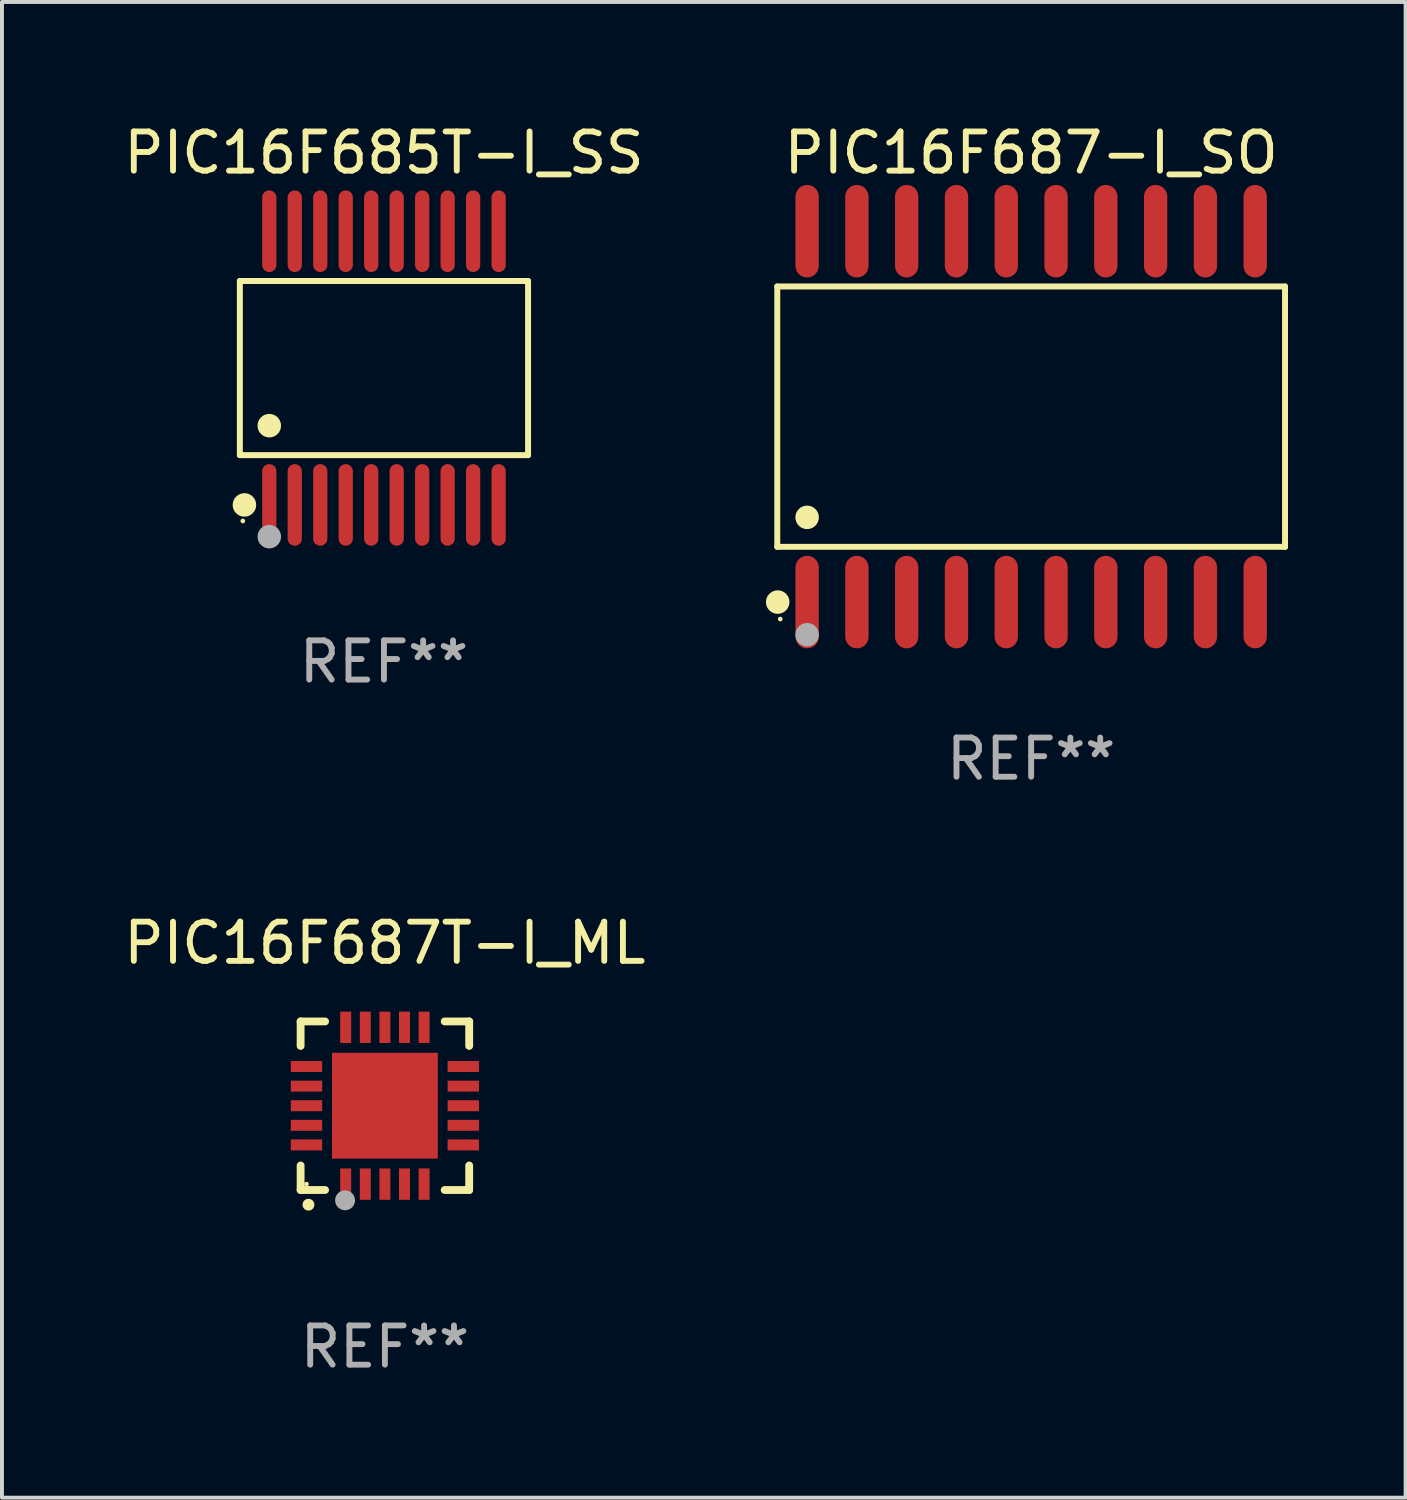
<source format=kicad_pcb>
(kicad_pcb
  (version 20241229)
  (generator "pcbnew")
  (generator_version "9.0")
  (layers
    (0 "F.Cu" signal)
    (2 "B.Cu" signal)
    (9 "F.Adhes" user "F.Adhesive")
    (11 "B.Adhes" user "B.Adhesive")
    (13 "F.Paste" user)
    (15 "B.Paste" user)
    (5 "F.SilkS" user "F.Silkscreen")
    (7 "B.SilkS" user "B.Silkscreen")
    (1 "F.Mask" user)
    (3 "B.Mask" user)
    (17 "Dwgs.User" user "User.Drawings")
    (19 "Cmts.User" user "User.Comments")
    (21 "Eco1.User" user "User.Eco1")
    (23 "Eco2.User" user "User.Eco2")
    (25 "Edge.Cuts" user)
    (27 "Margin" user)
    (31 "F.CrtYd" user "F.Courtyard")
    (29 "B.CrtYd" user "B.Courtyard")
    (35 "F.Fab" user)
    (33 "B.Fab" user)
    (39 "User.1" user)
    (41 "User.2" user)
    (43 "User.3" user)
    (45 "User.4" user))
  (footprint "PIC16F687T-I_ML"
    (layer "F.Cu")
    (at 6.768 25.155)
    (property "Reference" "PIC16F687T-I_ML" (at 0 -4.15 0) (layer "F.SilkS") (effects (font (size 1 1) (thickness 0.15))))
    (attr through_hole)
    (fp_line (start -2.15 -2.15) (end -2.15 -1.525) (stroke (width 0.2) (type solid)) (layer "F.SilkS"))
    (fp_line (start -2.15 2.15) (end -2.15 1.525) (stroke (width 0.2) (type solid)) (layer "F.SilkS"))
    (fp_line (start -1.525 -2.15) (end -2.15 -2.15) (stroke (width 0.2) (type solid)) (layer "F.SilkS"))
    (fp_line (start -1.525 2.15) (end -2.15 2.15) (stroke (width 0.2) (type solid)) (layer "F.SilkS"))
    (fp_line (start 1.525 2.15) (end 2.15 2.15) (stroke (width 0.2) (type solid)) (layer "F.SilkS"))
    (fp_line (start 2.15 -2.15) (end 1.525 -2.15) (stroke (width 0.2) (type solid)) (layer "F.SilkS"))
    (fp_line (start 2.15 -1.525) (end 2.15 -2.15) (stroke (width 0.2) (type solid)) (layer "F.SilkS"))
    (fp_line (start 2.15 2.15) (end 2.15 1.525) (stroke (width 0.2) (type solid)) (layer "F.SilkS"))
    (fp_arc (start -1.950724 2.524765) (mid -1.949454 2.52476) (end -1.948184 2.524765) (stroke (width 0.3) (type solid)) (layer "F.SilkS"))
    (fp_circle (center -2 2) (end -1.97 2) (stroke (width 0.06) (type solid)) (fill no) (layer "F.SilkS"))
    (fp_circle (center -1.016 2.413) (end -0.889 2.413) (stroke (width 0.254) (type solid)) (fill no) (layer "F.Fab"))
    (fp_text user "REF**" (at 0 6.15 0) (layer "F.Fab") (effects (font (size 1 1) (thickness 0.15))))
    (pad "1" smd rect (at -1 2) (size 0.28 0.8) (layers "F.Cu" "F.Mask" "F.Paste"))
    (pad "2" smd rect (at -0.5 2) (size 0.28 0.8) (layers "F.Cu" "F.Mask" "F.Paste"))
    (pad "3" smd rect (at 0 2) (size 0.28 0.8) (layers "F.Cu" "F.Mask" "F.Paste"))
    (pad "4" smd rect (at 0.5 2) (size 0.28 0.8) (layers "F.Cu" "F.Mask" "F.Paste"))
    (pad "5" smd rect (at 1 2) (size 0.28 0.8) (layers "F.Cu" "F.Mask" "F.Paste"))
    (pad "6" smd rect (at 2 1) (size 0.8 0.28) (layers "F.Cu" "F.Mask" "F.Paste"))
    (pad "7" smd rect (at 2 0.5) (size 0.8 0.28) (layers "F.Cu" "F.Mask" "F.Paste"))
    (pad "8" smd rect (at 2 0) (size 0.8 0.28) (layers "F.Cu" "F.Mask" "F.Paste"))
    (pad "9" smd rect (at 2 -0.5) (size 0.8 0.28) (layers "F.Cu" "F.Mask" "F.Paste"))
    (pad "10" smd rect (at 2 -1) (size 0.8 0.28) (layers "F.Cu" "F.Mask" "F.Paste"))
    (pad "11" smd rect (at 1 -2) (size 0.28 0.8) (layers "F.Cu" "F.Mask" "F.Paste"))
    (pad "12" smd rect (at 0.5 -2) (size 0.28 0.8) (layers "F.Cu" "F.Mask" "F.Paste"))
    (pad "13" smd rect (at 0 -2) (size 0.28 0.8) (layers "F.Cu" "F.Mask" "F.Paste"))
    (pad "14" smd rect (at -0.5 -2) (size 0.28 0.8) (layers "F.Cu" "F.Mask" "F.Paste"))
    (pad "15" smd rect (at -1 -2) (size 0.28 0.8) (layers "F.Cu" "F.Mask" "F.Paste"))
    (pad "16" smd rect (at -2 -1) (size 0.8 0.28) (layers "F.Cu" "F.Mask" "F.Paste"))
    (pad "17" smd rect (at -2 -0.5) (size 0.8 0.28) (layers "F.Cu" "F.Mask" "F.Paste"))
    (pad "18" smd rect (at -2 0) (size 0.8 0.28) (layers "F.Cu" "F.Mask" "F.Paste"))
    (pad "19" smd rect (at -2 0.5) (size 0.8 0.28) (layers "F.Cu" "F.Mask" "F.Paste"))
    (pad "20" smd rect (at -2 1) (size 0.8 0.28) (layers "F.Cu" "F.Mask" "F.Paste"))
    (pad "21" smd rect (at 0 0) (size 2.7 2.7) (layers "F.Cu" "F.Mask" "F.Paste")))
  (footprint "PIC16F685T-I_SS"
    (layer "F.Cu")
    (at 6.744 6.339)
    (property "Reference" "PIC16F685T-I_SS" (at 0 -5.491 0) (layer "F.SilkS") (effects (font (size 1 1) (thickness 0.15))))
    (attr through_hole)
    (fp_line (start -3.676 -2.221) (end 3.676 -2.221) (stroke (width 0.152) (type solid)) (layer "F.SilkS"))
    (fp_line (start -3.676 2.221) (end -3.676 -2.221) (stroke (width 0.152) (type solid)) (layer "F.SilkS"))
    (fp_line (start 3.676 -2.221) (end 3.676 2.221) (stroke (width 0.152) (type solid)) (layer "F.SilkS"))
    (fp_line (start 3.676 2.221) (end -3.676 2.221) (stroke (width 0.152) (type solid)) (layer "F.SilkS"))
    (fp_circle (center -3.6 3.9) (end -3.57 3.9) (stroke (width 0.06) (type solid)) (fill no) (layer "F.SilkS"))
    (fp_circle (center -3.559 3.491) (end -3.409 3.491) (stroke (width 0.3) (type solid)) (fill no) (layer "F.SilkS"))
    (fp_circle (center -2.925 1.469) (end -2.775 1.469) (stroke (width 0.3) (type solid)) (fill no) (layer "F.SilkS"))
    (fp_circle (center -2.925 4.3) (end -2.775 4.3) (stroke (width 0.3) (type solid)) (fill no) (layer "F.Fab"))
    (fp_text user "REF**" (at 0 7.491 0) (layer "F.Fab") (effects (font (size 1 1) (thickness 0.15))))
    (pad "1" smd oval (at -2.925 3.491) (size 0.364 2.082) (layers "F.Cu" "F.Mask" "F.Paste"))
    (pad "2" smd oval (at -2.275 3.491) (size 0.364 2.082) (layers "F.Cu" "F.Mask" "F.Paste"))
    (pad "3" smd oval (at -1.625 3.491) (size 0.364 2.082) (layers "F.Cu" "F.Mask" "F.Paste"))
    (pad "4" smd oval (at -0.975 3.491) (size 0.364 2.082) (layers "F.Cu" "F.Mask" "F.Paste"))
    (pad "5" smd oval (at -0.325 3.491) (size 0.364 2.082) (layers "F.Cu" "F.Mask" "F.Paste"))
    (pad "6" smd oval (at 0.325 3.491) (size 0.364 2.082) (layers "F.Cu" "F.Mask" "F.Paste"))
    (pad "7" smd oval (at 0.975 3.491) (size 0.364 2.082) (layers "F.Cu" "F.Mask" "F.Paste"))
    (pad "8" smd oval (at 1.625 3.491) (size 0.364 2.082) (layers "F.Cu" "F.Mask" "F.Paste"))
    (pad "9" smd oval (at 2.275 3.491) (size 0.364 2.082) (layers "F.Cu" "F.Mask" "F.Paste"))
    (pad "10" smd oval (at 2.925 3.491) (size 0.364 2.082) (layers "F.Cu" "F.Mask" "F.Paste"))
    (pad "11" smd oval (at 2.925 -3.491) (size 0.364 2.082) (layers "F.Cu" "F.Mask" "F.Paste"))
    (pad "12" smd oval (at 2.275 -3.491) (size 0.364 2.082) (layers "F.Cu" "F.Mask" "F.Paste"))
    (pad "13" smd oval (at 1.625 -3.491) (size 0.364 2.082) (layers "F.Cu" "F.Mask" "F.Paste"))
    (pad "14" smd oval (at 0.975 -3.491) (size 0.364 2.082) (layers "F.Cu" "F.Mask" "F.Paste"))
    (pad "15" smd oval (at 0.325 -3.491) (size 0.364 2.082) (layers "F.Cu" "F.Mask" "F.Paste"))
    (pad "16" smd oval (at -0.325 -3.491) (size 0.364 2.082) (layers "F.Cu" "F.Mask" "F.Paste"))
    (pad "17" smd oval (at -0.975 -3.491) (size 0.364 2.082) (layers "F.Cu" "F.Mask" "F.Paste"))
    (pad "18" smd oval (at -1.625 -3.491) (size 0.364 2.082) (layers "F.Cu" "F.Mask" "F.Paste"))
    (pad "19" smd oval (at -2.275 -3.491) (size 0.364 2.082) (layers "F.Cu" "F.Mask" "F.Paste"))
    (pad "20" smd oval (at -2.925 -3.491) (size 0.364 2.082) (layers "F.Cu" "F.Mask" "F.Paste")))
  (footprint "PIC16F687-I_SO"
    (layer "F.Cu")
    (at 23.253 7.578)
    (property "Reference" "PIC16F687-I_SO" (at 0 -6.73 0) (layer "F.SilkS") (effects (font (size 1 1) (thickness 0.15))))
    (attr through_hole)
    (fp_line (start -6.476 -3.321) (end 6.476 -3.321) (stroke (width 0.152) (type solid)) (layer "F.SilkS"))
    (fp_line (start -6.476 3.321) (end -6.476 -3.321) (stroke (width 0.152) (type solid)) (layer "F.SilkS"))
    (fp_line (start 6.476 -3.321) (end 6.476 3.321) (stroke (width 0.152) (type solid)) (layer "F.SilkS"))
    (fp_line (start 6.476 3.321) (end -6.476 3.321) (stroke (width 0.152) (type solid)) (layer "F.SilkS"))
    (fp_circle (center -6.465 4.73) (end -6.315 4.73) (stroke (width 0.3) (type solid)) (fill no) (layer "F.SilkS"))
    (fp_circle (center -6.4 5.163) (end -6.37 5.163) (stroke (width 0.06) (type solid)) (fill no) (layer "F.SilkS"))
    (fp_circle (center -5.715 2.569) (end -5.565 2.569) (stroke (width 0.3) (type solid)) (fill no) (layer "F.SilkS"))
    (fp_circle (center -5.715 5.563) (end -5.565 5.563) (stroke (width 0.3) (type solid)) (fill no) (layer "F.Fab"))
    (fp_text user "REF**" (at 0 8.73 0) (layer "F.Fab") (effects (font (size 1 1) (thickness 0.15))))
    (pad "1" smd oval (at -5.715 4.73) (size 0.595 2.36) (layers "F.Cu" "F.Mask" "F.Paste"))
    (pad "2" smd oval (at -4.445 4.73) (size 0.595 2.36) (layers "F.Cu" "F.Mask" "F.Paste"))
    (pad "3" smd oval (at -3.175 4.73) (size 0.595 2.36) (layers "F.Cu" "F.Mask" "F.Paste"))
    (pad "4" smd oval (at -1.905 4.73) (size 0.595 2.36) (layers "F.Cu" "F.Mask" "F.Paste"))
    (pad "5" smd oval (at -0.635 4.73) (size 0.595 2.36) (layers "F.Cu" "F.Mask" "F.Paste"))
    (pad "6" smd oval (at 0.635 4.73) (size 0.595 2.36) (layers "F.Cu" "F.Mask" "F.Paste"))
    (pad "7" smd oval (at 1.905 4.73) (size 0.595 2.36) (layers "F.Cu" "F.Mask" "F.Paste"))
    (pad "8" smd oval (at 3.175 4.73) (size 0.595 2.36) (layers "F.Cu" "F.Mask" "F.Paste"))
    (pad "9" smd oval (at 4.445 4.73) (size 0.595 2.36) (layers "F.Cu" "F.Mask" "F.Paste"))
    (pad "10" smd oval (at 5.715 4.73) (size 0.595 2.36) (layers "F.Cu" "F.Mask" "F.Paste"))
    (pad "11" smd oval (at 5.715 -4.73) (size 0.595 2.36) (layers "F.Cu" "F.Mask" "F.Paste"))
    (pad "12" smd oval (at 4.445 -4.73) (size 0.595 2.36) (layers "F.Cu" "F.Mask" "F.Paste"))
    (pad "13" smd oval (at 3.175 -4.73) (size 0.595 2.36) (layers "F.Cu" "F.Mask" "F.Paste"))
    (pad "14" smd oval (at 1.905 -4.73) (size 0.595 2.36) (layers "F.Cu" "F.Mask" "F.Paste"))
    (pad "15" smd oval (at 0.635 -4.73) (size 0.595 2.36) (layers "F.Cu" "F.Mask" "F.Paste"))
    (pad "16" smd oval (at -0.635 -4.73) (size 0.595 2.36) (layers "F.Cu" "F.Mask" "F.Paste"))
    (pad "17" smd oval (at -1.905 -4.73) (size 0.595 2.36) (layers "F.Cu" "F.Mask" "F.Paste"))
    (pad "18" smd oval (at -3.175 -4.73) (size 0.595 2.36) (layers "F.Cu" "F.Mask" "F.Paste"))
    (pad "19" smd oval (at -4.445 -4.73) (size 0.595 2.36) (layers "F.Cu" "F.Mask" "F.Paste"))
    (pad "20" smd oval (at -5.715 -4.73) (size 0.595 2.36) (layers "F.Cu" "F.Mask" "F.Paste")))
  (gr_rect
    (start -3 -3)
    (end 32.805 35.153)
    (stroke (width 0.1) (type default))
    (fill no)
    (layer "Edge.Cuts")))
</source>
